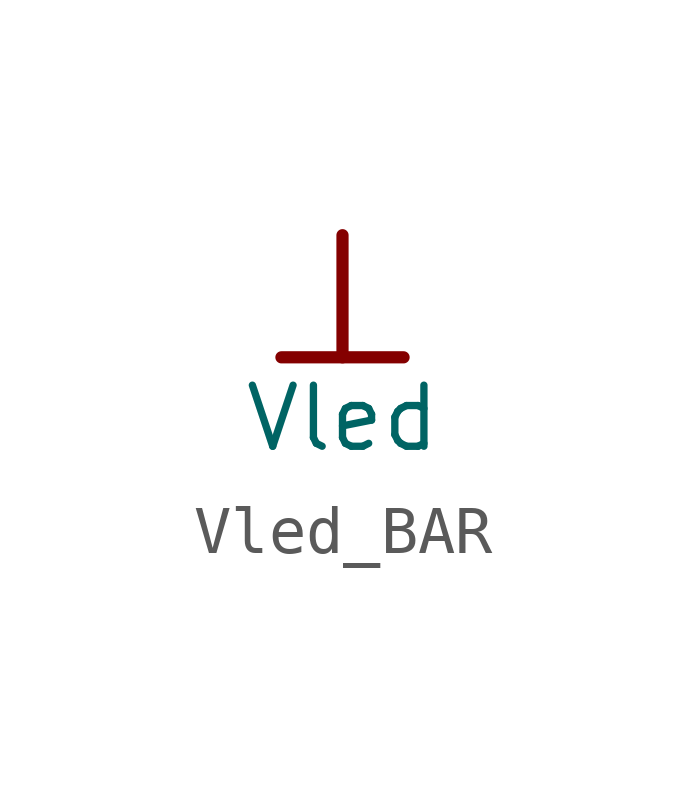
<source format=kicad_sym>
(kicad_symbol_lib
  (version 20241209)
  (generator "kicad_symbol_editor")
  (generator_version "9.0")
  (symbol "Vled_BAR"
    (power)
    (property "Reference" "#PWR"
      (at 0 0 0)
      (effects (font (size 1.27 1.27)) (hide yes)))
    (property "Value" "Vled"
      (at 0 -3.81 0)
      (effects (font (size 1.27 1.27))))
    (symbol "Vled_BAR_0_0"
      (polyline (pts (xy -1.27 -2.54) (xy 1.27 -2.54)) (stroke (width 0.254) (type solid)) (fill (type none)))
      (polyline (pts (xy 0 0) (xy 0 -2.54)) (stroke (width 0.254) (type solid)) (fill (type none)))
      (pin power_in line (at 0 0 0) (length 0) (hide yes) (name "Vled" (effects (font (size 1.27 1.27)))) (number "" (effects (font (size 1.27 1.27))))))))
</source>
